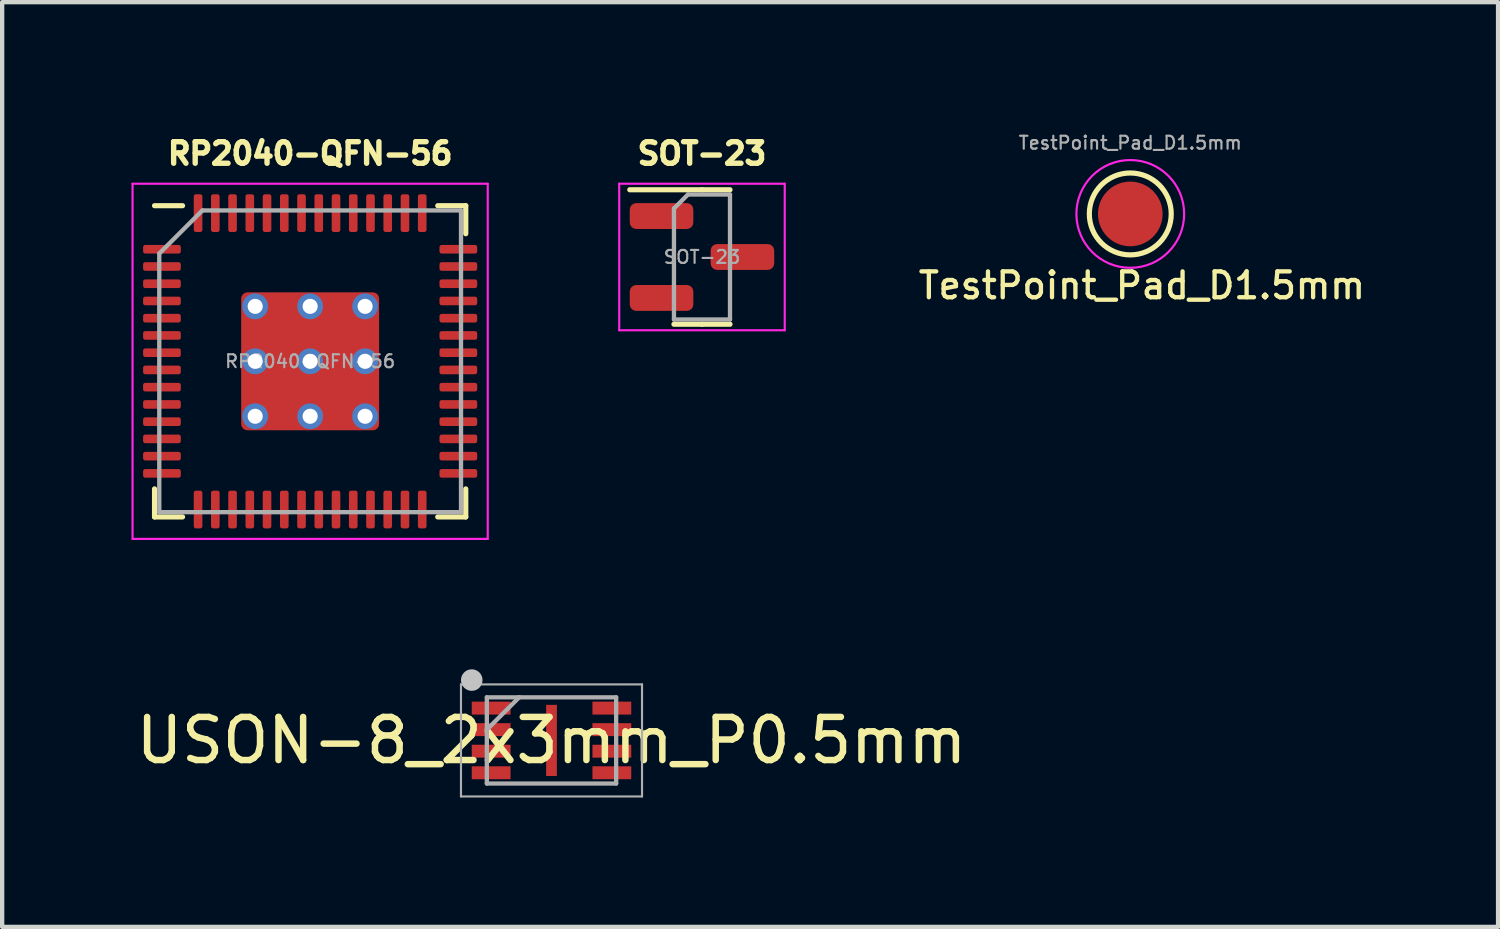
<source format=kicad_pcb>
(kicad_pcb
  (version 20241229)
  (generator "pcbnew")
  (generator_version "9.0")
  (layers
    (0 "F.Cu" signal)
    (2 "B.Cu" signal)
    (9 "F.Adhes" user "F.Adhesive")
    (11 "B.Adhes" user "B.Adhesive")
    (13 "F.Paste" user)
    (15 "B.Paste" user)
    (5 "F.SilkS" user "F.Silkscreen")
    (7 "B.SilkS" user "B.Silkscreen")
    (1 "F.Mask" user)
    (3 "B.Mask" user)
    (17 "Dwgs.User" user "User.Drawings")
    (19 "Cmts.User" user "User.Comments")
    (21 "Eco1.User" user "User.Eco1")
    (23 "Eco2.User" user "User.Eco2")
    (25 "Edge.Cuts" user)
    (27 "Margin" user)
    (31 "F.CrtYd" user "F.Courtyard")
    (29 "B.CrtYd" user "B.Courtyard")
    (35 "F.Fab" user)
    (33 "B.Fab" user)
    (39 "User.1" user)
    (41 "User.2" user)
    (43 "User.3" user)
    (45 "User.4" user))
  (footprint "USON-8_2x3mm_P0.5mm"
    (layer "F.Cu")
    (at 9.744 14.127)
    (property "Reference" "USON-8_2x3mm_P0.5mm" (at 0 0 0) (layer "F.SilkS") (effects (font (size 1 1) (thickness 0.15))))
    (attr smd)
    (fp_circle (center -1.85 -1.4) (end -1.725 -1.4) (stroke (width 0.25) (type solid)) (fill no) (layer "Dwgs.User"))
    (fp_line (start -2.1 -1.3) (end 2.1 -1.3) (stroke (width 0.05) (type solid)) (layer "F.Fab"))
    (fp_line (start -2.1 1.3) (end -2.1 -1.3) (stroke (width 0.05) (type solid)) (layer "F.Fab"))
    (fp_line (start -1.5 -1) (end -0.75 -1) (stroke (width 0.1) (type solid)) (layer "F.Fab"))
    (fp_line (start -1.5 -0.25) (end -1.5 -1) (stroke (width 0.1) (type solid)) (layer "F.Fab"))
    (fp_line (start -1.5 -0.25) (end -0.75 -1) (stroke (width 0.1) (type solid)) (layer "F.Fab"))
    (fp_line (start -1.5 1) (end -1.5 -0.25) (stroke (width 0.1) (type solid)) (layer "F.Fab"))
    (fp_line (start -0.75 -1) (end 1.5 -1) (stroke (width 0.1) (type solid)) (layer "F.Fab"))
    (fp_line (start 1.5 -1) (end 1.5 1) (stroke (width 0.1) (type solid)) (layer "F.Fab"))
    (fp_line (start 1.5 1) (end -1.5 1) (stroke (width 0.1) (type solid)) (layer "F.Fab"))
    (fp_line (start 2.1 -1.3) (end 2.1 1.3) (stroke (width 0.05) (type solid)) (layer "F.Fab"))
    (fp_line (start 2.1 1.3) (end -2.1 1.3) (stroke (width 0.05) (type solid)) (layer "F.Fab"))
    (pad "1" smd rect (at -1.4 -0.75) (size 0.9 0.3) (layers "F.Cu" "F.Mask" "F.Paste"))
    (pad "2" smd rect (at -1.4 -0.25) (size 0.9 0.3) (layers "F.Cu" "F.Mask" "F.Paste"))
    (pad "3" smd rect (at -1.4 0.25) (size 0.9 0.3) (layers "F.Cu" "F.Mask" "F.Paste"))
    (pad "4" smd rect (at -1.4 0.75) (size 0.9 0.3) (layers "F.Cu" "F.Mask" "F.Paste"))
    (pad "5" smd rect (at 1.4 0.75) (size 0.9 0.3) (layers "F.Cu" "F.Mask" "F.Paste"))
    (pad "6" smd rect (at 1.4 0.25) (size 0.9 0.3) (layers "F.Cu" "F.Mask" "F.Paste"))
    (pad "7" smd rect (at 1.4 -0.25) (size 0.9 0.3) (layers "F.Cu" "F.Mask" "F.Paste"))
    (pad "8" smd rect (at 1.4 -0.75) (size 0.9 0.3) (layers "F.Cu" "F.Mask" "F.Paste"))
    (pad "9" smd rect (at 0 0 90) (size 1.65 0.25) (layers "F.Cu" "F.Mask" "F.Paste")))
  (footprint "SOT-23"
    (layer "F.Cu")
    (at 13.235 2.912)
    (property "Reference" "SOT-23" (at 0 -2.4 0) (layer "F.SilkS") (effects (font (size 0.5 0.5) (thickness 1))))
    (attr smd)
    (fp_line (start 0 -1.56) (end -1.675 -1.56) (stroke (width 0.12) (type solid)) (layer "F.SilkS"))
    (fp_line (start 0 -1.56) (end 0.65 -1.56) (stroke (width 0.12) (type solid)) (layer "F.SilkS"))
    (fp_line (start 0 1.56) (end -0.65 1.56) (stroke (width 0.12) (type solid)) (layer "F.SilkS"))
    (fp_line (start 0 1.56) (end 0.65 1.56) (stroke (width 0.12) (type solid)) (layer "F.SilkS"))
    (fp_line (start -1.92 -1.7) (end -1.92 1.7) (stroke (width 0.05) (type solid)) (layer "F.CrtYd"))
    (fp_line (start -1.92 1.7) (end 1.92 1.7) (stroke (width 0.05) (type solid)) (layer "F.CrtYd"))
    (fp_line (start 1.92 -1.7) (end -1.92 -1.7) (stroke (width 0.05) (type solid)) (layer "F.CrtYd"))
    (fp_line (start 1.92 1.7) (end 1.92 -1.7) (stroke (width 0.05) (type solid)) (layer "F.CrtYd"))
    (fp_line (start -0.65 -1.125) (end -0.325 -1.45) (stroke (width 0.1) (type solid)) (layer "F.Fab"))
    (fp_line (start -0.65 1.45) (end -0.65 -1.125) (stroke (width 0.1) (type solid)) (layer "F.Fab"))
    (fp_line (start -0.325 -1.45) (end 0.65 -1.45) (stroke (width 0.1) (type solid)) (layer "F.Fab"))
    (fp_line (start 0.65 -1.45) (end 0.65 1.45) (stroke (width 0.1) (type solid)) (layer "F.Fab"))
    (fp_line (start 0.65 1.45) (end -0.65 1.45) (stroke (width 0.1) (type solid)) (layer "F.Fab"))
    (fp_text user "${REFERENCE}" (at 0 0 0) (layer "F.Fab") (effects (font (size 0.3 0.3) (thickness 0.05))))
    (pad "1" smd roundrect (at -0.938 -0.95) (size 1.475 0.6) (layers "F.Cu" "F.Mask" "F.Paste") (roundrect_rratio 0.25))
    (pad "2" smd roundrect (at -0.938 0.95) (size 1.475 0.6) (layers "F.Cu" "F.Mask" "F.Paste") (roundrect_rratio 0.25))
    (pad "3" smd roundrect (at 0.938 0) (size 1.475 0.6) (layers "F.Cu" "F.Mask" "F.Paste") (roundrect_rratio 0.25)))
  (footprint "RP2040-QFN-56"
    (layer "F.Cu")
    (at 4.145 5.332)
    (property "Reference" "RP2040-QFN-56" (at 0 -4.82 0) (layer "F.SilkS") (effects (font (size 0.5 0.5) (thickness 1))))
    (attr smd)
    (fp_line (start -3.61 3.61) (end -3.61 2.96) (stroke (width 0.12) (type solid)) (layer "F.SilkS"))
    (fp_line (start -2.96 -3.61) (end -3.61 -3.61) (stroke (width 0.12) (type solid)) (layer "F.SilkS"))
    (fp_line (start -2.96 3.61) (end -3.61 3.61) (stroke (width 0.12) (type solid)) (layer "F.SilkS"))
    (fp_line (start 2.96 -3.61) (end 3.61 -3.61) (stroke (width 0.12) (type solid)) (layer "F.SilkS"))
    (fp_line (start 2.96 3.61) (end 3.61 3.61) (stroke (width 0.12) (type solid)) (layer "F.SilkS"))
    (fp_line (start 3.61 -3.61) (end 3.61 -2.96) (stroke (width 0.12) (type solid)) (layer "F.SilkS"))
    (fp_line (start 3.61 3.61) (end 3.61 2.96) (stroke (width 0.12) (type solid)) (layer "F.SilkS"))
    (fp_line (start -4.12 -4.12) (end -4.12 4.12) (stroke (width 0.05) (type solid)) (layer "F.CrtYd"))
    (fp_line (start -4.12 4.12) (end 4.12 4.12) (stroke (width 0.05) (type solid)) (layer "F.CrtYd"))
    (fp_line (start 4.12 -4.12) (end -4.12 -4.12) (stroke (width 0.05) (type solid)) (layer "F.CrtYd"))
    (fp_line (start 4.12 4.12) (end 4.12 -4.12) (stroke (width 0.05) (type solid)) (layer "F.CrtYd"))
    (fp_line (start -3.5 -2.5) (end -2.5 -3.5) (stroke (width 0.1) (type solid)) (layer "F.Fab"))
    (fp_line (start -3.5 3.5) (end -3.5 -2.5) (stroke (width 0.1) (type solid)) (layer "F.Fab"))
    (fp_line (start -2.5 -3.5) (end 3.5 -3.5) (stroke (width 0.1) (type solid)) (layer "F.Fab"))
    (fp_line (start 3.5 -3.5) (end 3.5 3.5) (stroke (width 0.1) (type solid)) (layer "F.Fab"))
    (fp_line (start 3.5 3.5) (end -3.5 3.5) (stroke (width 0.1) (type solid)) (layer "F.Fab"))
    (fp_text user "${REFERENCE}" (at 0 0 0) (layer "F.Fab") (effects (font (size 0.3 0.3) (thickness 0.05))))
    (pad "" smd roundrect (at -0.637 -0.637) (size 1.084 1.084) (layers "F.Paste") (roundrect_rratio 0.231))
    (pad "" smd roundrect (at -0.637 0.637) (size 1.084 1.084) (layers "F.Paste") (roundrect_rratio 0.231))
    (pad "" smd roundrect (at 0.637 -0.637) (size 1.084 1.084) (layers "F.Paste") (roundrect_rratio 0.231))
    (pad "" smd roundrect (at 0.637 0.637) (size 1.084 1.084) (layers "F.Paste") (roundrect_rratio 0.231))
    (pad "1" smd roundrect (at -3.438 -2.6) (size 0.875 0.2) (layers "F.Cu" "F.Mask" "F.Paste") (roundrect_rratio 0.25))
    (pad "2" smd roundrect (at -3.438 -2.2) (size 0.875 0.2) (layers "F.Cu" "F.Mask" "F.Paste") (roundrect_rratio 0.25))
    (pad "3" smd roundrect (at -3.438 -1.8) (size 0.875 0.2) (layers "F.Cu" "F.Mask" "F.Paste") (roundrect_rratio 0.25))
    (pad "4" smd roundrect (at -3.438 -1.4) (size 0.875 0.2) (layers "F.Cu" "F.Mask" "F.Paste") (roundrect_rratio 0.25))
    (pad "5" smd roundrect (at -3.438 -1) (size 0.875 0.2) (layers "F.Cu" "F.Mask" "F.Paste") (roundrect_rratio 0.25))
    (pad "6" smd roundrect (at -3.438 -0.6) (size 0.875 0.2) (layers "F.Cu" "F.Mask" "F.Paste") (roundrect_rratio 0.25))
    (pad "7" smd roundrect (at -3.438 -0.2) (size 0.875 0.2) (layers "F.Cu" "F.Mask" "F.Paste") (roundrect_rratio 0.25))
    (pad "8" smd roundrect (at -3.438 0.2) (size 0.875 0.2) (layers "F.Cu" "F.Mask" "F.Paste") (roundrect_rratio 0.25))
    (pad "9" smd roundrect (at -3.438 0.6) (size 0.875 0.2) (layers "F.Cu" "F.Mask" "F.Paste") (roundrect_rratio 0.25))
    (pad "10" smd roundrect (at -3.438 1) (size 0.875 0.2) (layers "F.Cu" "F.Mask" "F.Paste") (roundrect_rratio 0.25))
    (pad "11" smd roundrect (at -3.438 1.4) (size 0.875 0.2) (layers "F.Cu" "F.Mask" "F.Paste") (roundrect_rratio 0.25))
    (pad "12" smd roundrect (at -3.438 1.8) (size 0.875 0.2) (layers "F.Cu" "F.Mask" "F.Paste") (roundrect_rratio 0.25))
    (pad "13" smd roundrect (at -3.438 2.2) (size 0.875 0.2) (layers "F.Cu" "F.Mask" "F.Paste") (roundrect_rratio 0.25))
    (pad "14" smd roundrect (at -3.438 2.6) (size 0.875 0.2) (layers "F.Cu" "F.Mask" "F.Paste") (roundrect_rratio 0.25))
    (pad "15" smd roundrect (at -2.6 3.438) (size 0.2 0.875) (layers "F.Cu" "F.Mask" "F.Paste") (roundrect_rratio 0.25))
    (pad "16" smd roundrect (at -2.2 3.438) (size 0.2 0.875) (layers "F.Cu" "F.Mask" "F.Paste") (roundrect_rratio 0.25))
    (pad "17" smd roundrect (at -1.8 3.438) (size 0.2 0.875) (layers "F.Cu" "F.Mask" "F.Paste") (roundrect_rratio 0.25))
    (pad "18" smd roundrect (at -1.4 3.438) (size 0.2 0.875) (layers "F.Cu" "F.Mask" "F.Paste") (roundrect_rratio 0.25))
    (pad "19" smd roundrect (at -1 3.438) (size 0.2 0.875) (layers "F.Cu" "F.Mask" "F.Paste") (roundrect_rratio 0.25))
    (pad "20" smd roundrect (at -0.6 3.438) (size 0.2 0.875) (layers "F.Cu" "F.Mask" "F.Paste") (roundrect_rratio 0.25))
    (pad "21" smd roundrect (at -0.2 3.438) (size 0.2 0.875) (layers "F.Cu" "F.Mask" "F.Paste") (roundrect_rratio 0.25))
    (pad "22" smd roundrect (at 0.2 3.438) (size 0.2 0.875) (layers "F.Cu" "F.Mask" "F.Paste") (roundrect_rratio 0.25))
    (pad "23" smd roundrect (at 0.6 3.438) (size 0.2 0.875) (layers "F.Cu" "F.Mask" "F.Paste") (roundrect_rratio 0.25))
    (pad "24" smd roundrect (at 1 3.438) (size 0.2 0.875) (layers "F.Cu" "F.Mask" "F.Paste") (roundrect_rratio 0.25))
    (pad "25" smd roundrect (at 1.4 3.438) (size 0.2 0.875) (layers "F.Cu" "F.Mask" "F.Paste") (roundrect_rratio 0.25))
    (pad "26" smd roundrect (at 1.8 3.438) (size 0.2 0.875) (layers "F.Cu" "F.Mask" "F.Paste") (roundrect_rratio 0.25))
    (pad "27" smd roundrect (at 2.2 3.438) (size 0.2 0.875) (layers "F.Cu" "F.Mask" "F.Paste") (roundrect_rratio 0.25))
    (pad "28" smd roundrect (at 2.6 3.438) (size 0.2 0.875) (layers "F.Cu" "F.Mask" "F.Paste") (roundrect_rratio 0.25))
    (pad "29" smd roundrect (at 3.438 2.6) (size 0.875 0.2) (layers "F.Cu" "F.Mask" "F.Paste") (roundrect_rratio 0.25))
    (pad "30" smd roundrect (at 3.438 2.2) (size 0.875 0.2) (layers "F.Cu" "F.Mask" "F.Paste") (roundrect_rratio 0.25))
    (pad "31" smd roundrect (at 3.438 1.8) (size 0.875 0.2) (layers "F.Cu" "F.Mask" "F.Paste") (roundrect_rratio 0.25))
    (pad "32" smd roundrect (at 3.438 1.4) (size 0.875 0.2) (layers "F.Cu" "F.Mask" "F.Paste") (roundrect_rratio 0.25))
    (pad "33" smd roundrect (at 3.438 1) (size 0.875 0.2) (layers "F.Cu" "F.Mask" "F.Paste") (roundrect_rratio 0.25))
    (pad "34" smd roundrect (at 3.438 0.6) (size 0.875 0.2) (layers "F.Cu" "F.Mask" "F.Paste") (roundrect_rratio 0.25))
    (pad "35" smd roundrect (at 3.438 0.2) (size 0.875 0.2) (layers "F.Cu" "F.Mask" "F.Paste") (roundrect_rratio 0.25))
    (pad "36" smd roundrect (at 3.438 -0.2) (size 0.875 0.2) (layers "F.Cu" "F.Mask" "F.Paste") (roundrect_rratio 0.25))
    (pad "37" smd roundrect (at 3.438 -0.6) (size 0.875 0.2) (layers "F.Cu" "F.Mask" "F.Paste") (roundrect_rratio 0.25))
    (pad "38" smd roundrect (at 3.438 -1) (size 0.875 0.2) (layers "F.Cu" "F.Mask" "F.Paste") (roundrect_rratio 0.25))
    (pad "39" smd roundrect (at 3.438 -1.4) (size 0.875 0.2) (layers "F.Cu" "F.Mask" "F.Paste") (roundrect_rratio 0.25))
    (pad "40" smd roundrect (at 3.438 -1.8) (size 0.875 0.2) (layers "F.Cu" "F.Mask" "F.Paste") (roundrect_rratio 0.25))
    (pad "41" smd roundrect (at 3.438 -2.2) (size 0.875 0.2) (layers "F.Cu" "F.Mask" "F.Paste") (roundrect_rratio 0.25))
    (pad "42" smd roundrect (at 3.438 -2.6) (size 0.875 0.2) (layers "F.Cu" "F.Mask" "F.Paste") (roundrect_rratio 0.25))
    (pad "43" smd roundrect (at 2.6 -3.438) (size 0.2 0.875) (layers "F.Cu" "F.Mask" "F.Paste") (roundrect_rratio 0.25))
    (pad "44" smd roundrect (at 2.2 -3.438) (size 0.2 0.875) (layers "F.Cu" "F.Mask" "F.Paste") (roundrect_rratio 0.25))
    (pad "45" smd roundrect (at 1.8 -3.438) (size 0.2 0.875) (layers "F.Cu" "F.Mask" "F.Paste") (roundrect_rratio 0.25))
    (pad "46" smd roundrect (at 1.4 -3.438) (size 0.2 0.875) (layers "F.Cu" "F.Mask" "F.Paste") (roundrect_rratio 0.25))
    (pad "47" smd roundrect (at 1 -3.438) (size 0.2 0.875) (layers "F.Cu" "F.Mask" "F.Paste") (roundrect_rratio 0.25))
    (pad "48" smd roundrect (at 0.6 -3.438) (size 0.2 0.875) (layers "F.Cu" "F.Mask" "F.Paste") (roundrect_rratio 0.25))
    (pad "49" smd roundrect (at 0.2 -3.438) (size 0.2 0.875) (layers "F.Cu" "F.Mask" "F.Paste") (roundrect_rratio 0.25))
    (pad "50" smd roundrect (at -0.2 -3.438) (size 0.2 0.875) (layers "F.Cu" "F.Mask" "F.Paste") (roundrect_rratio 0.25))
    (pad "51" smd roundrect (at -0.6 -3.438) (size 0.2 0.875) (layers "F.Cu" "F.Mask" "F.Paste") (roundrect_rratio 0.25))
    (pad "52" smd roundrect (at -1 -3.438) (size 0.2 0.875) (layers "F.Cu" "F.Mask" "F.Paste") (roundrect_rratio 0.25))
    (pad "53" smd roundrect (at -1.4 -3.438) (size 0.2 0.875) (layers "F.Cu" "F.Mask" "F.Paste") (roundrect_rratio 0.25))
    (pad "54" smd roundrect (at -1.8 -3.438) (size 0.2 0.875) (layers "F.Cu" "F.Mask" "F.Paste") (roundrect_rratio 0.25))
    (pad "55" smd roundrect (at -2.2 -3.438) (size 0.2 0.875) (layers "F.Cu" "F.Mask" "F.Paste") (roundrect_rratio 0.25))
    (pad "56" smd roundrect (at -2.6 -3.438) (size 0.2 0.875) (layers "F.Cu" "F.Mask" "F.Paste") (roundrect_rratio 0.25))
    (pad "57" thru_hole circle (at -1.275 -1.275) (size 0.6 0.6) (drill 0.35) (layers "*.Cu"))
    (pad "57" thru_hole circle (at -1.275 0) (size 0.6 0.6) (drill 0.35) (layers "*.Cu"))
    (pad "57" thru_hole circle (at -1.275 1.275) (size 0.6 0.6) (drill 0.35) (layers "*.Cu"))
    (pad "57" thru_hole circle (at 0 -1.275) (size 0.6 0.6) (drill 0.35) (layers "*.Cu"))
    (pad "57" thru_hole circle (at 0 0) (size 0.6 0.6) (drill 0.35) (layers "*.Cu"))
    (pad "57" smd roundrect (at 0 0) (size 3.2 3.2) (layers "F.Cu" "F.Mask") (roundrect_rratio 0.045))
    (pad "57" thru_hole circle (at 0 1.275) (size 0.6 0.6) (drill 0.35) (layers "*.Cu"))
    (pad "57" thru_hole circle (at 1.275 -1.275) (size 0.6 0.6) (drill 0.35) (layers "*.Cu"))
    (pad "57" thru_hole circle (at 1.275 0) (size 0.6 0.6) (drill 0.35) (layers "*.Cu"))
    (pad "57" thru_hole circle (at 1.275 1.275) (size 0.6 0.6) (drill 0.35) (layers "*.Cu")))
  (footprint "TestPoint_Pad_D1.5mm"
    (layer "F.Cu")
    (at 23.171 1.913)
    (property "Reference" "TestPoint_Pad_D1.5mm" (at 0.27 1.66 0) (layer "F.SilkS") (effects (font (size 0.6 0.6) (thickness 0.1))))
    (attr exclude_from_pos_files)
    (fp_circle (center 0 0) (end 0 0.95) (stroke (width 0.12) (type solid)) (fill no) (layer "F.SilkS"))
    (fp_circle (center 0 0) (end 1.25 0) (stroke (width 0.05) (type solid)) (fill no) (layer "F.CrtYd"))
    (fp_text user "${REFERENCE}" (at 0 -1.65 0) (layer "F.Fab") (effects (font (size 0.3 0.3) (thickness 0.05))))
    (pad "1" smd circle (at 0 0) (size 1.5 1.5) (layers "F.Cu" "F.Mask")))
  (gr_rect
    (start -3 -3)
    (end 31.703 18.452)
    (stroke (width 0.1) (type default))
    (fill no)
    (layer "Edge.Cuts")))
</source>
